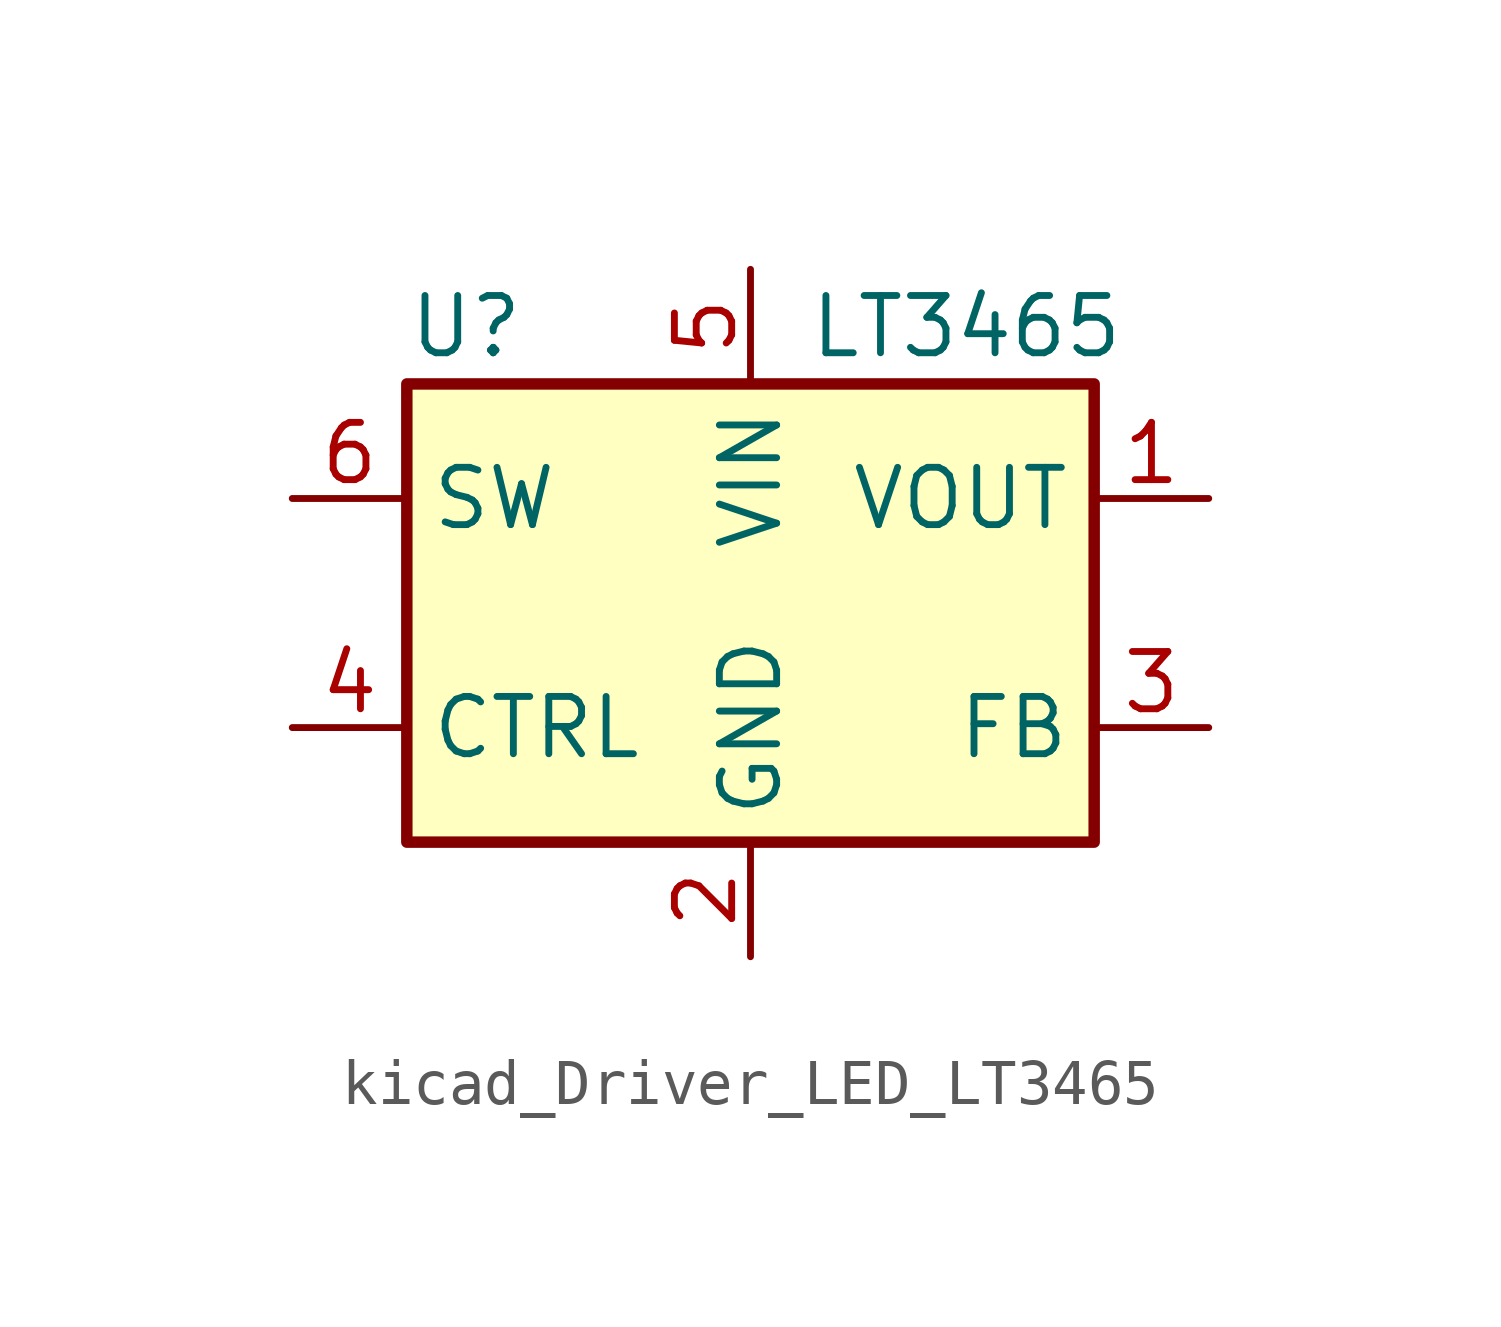
<source format=kicad_sym>
(kicad_symbol_lib
  (version 20220914)
  (generator kicad_symbol_editor)
  (symbol "kicad_Driver_LED_LT3465"
    (property "Reference" "U"
      (at -7.62 6.35 0)
      (effects (font (size 1.27 1.27)) (justify left)))
    (property "Value" "LT3465"
      (at 1.27 6.35 0)
      (effects (font (size 1.27 1.27)) (justify left)))
    (symbol "kicad_Driver_LED_LT3465_0_1"
      (rectangle (start -7.62 5.08) (end 7.62 -5.08) (stroke (width 0.254) (type default)) (fill (type background))))
    (symbol "kicad_Driver_LED_LT3465_1_1"
      (pin power_out line (at 10.16 2.54 180) (length 2.54) (name "VOUT" (effects (font (size 1.27 1.27)))) (number "1" (effects (font (size 1.27 1.27)))))
      (pin power_in line (at 0 -7.62 90) (length 2.54) (name "GND" (effects (font (size 1.27 1.27)))) (number "2" (effects (font (size 1.27 1.27)))))
      (pin input line (at 10.16 -2.54 180) (length 2.54) (name "FB" (effects (font (size 1.27 1.27)))) (number "3" (effects (font (size 1.27 1.27)))))
      (pin input line (at -10.16 -2.54 0) (length 2.54) (name "CTRL" (effects (font (size 1.27 1.27)))) (number "4" (effects (font (size 1.27 1.27)))))
      (pin power_in line (at 0 7.62 270) (length 2.54) (name "VIN" (effects (font (size 1.27 1.27)))) (number "5" (effects (font (size 1.27 1.27)))))
      (pin output line (at -10.16 2.54 0) (length 2.54) (name "SW" (effects (font (size 1.27 1.27)))) (number "6" (effects (font (size 1.27 1.27))))))))
</source>
